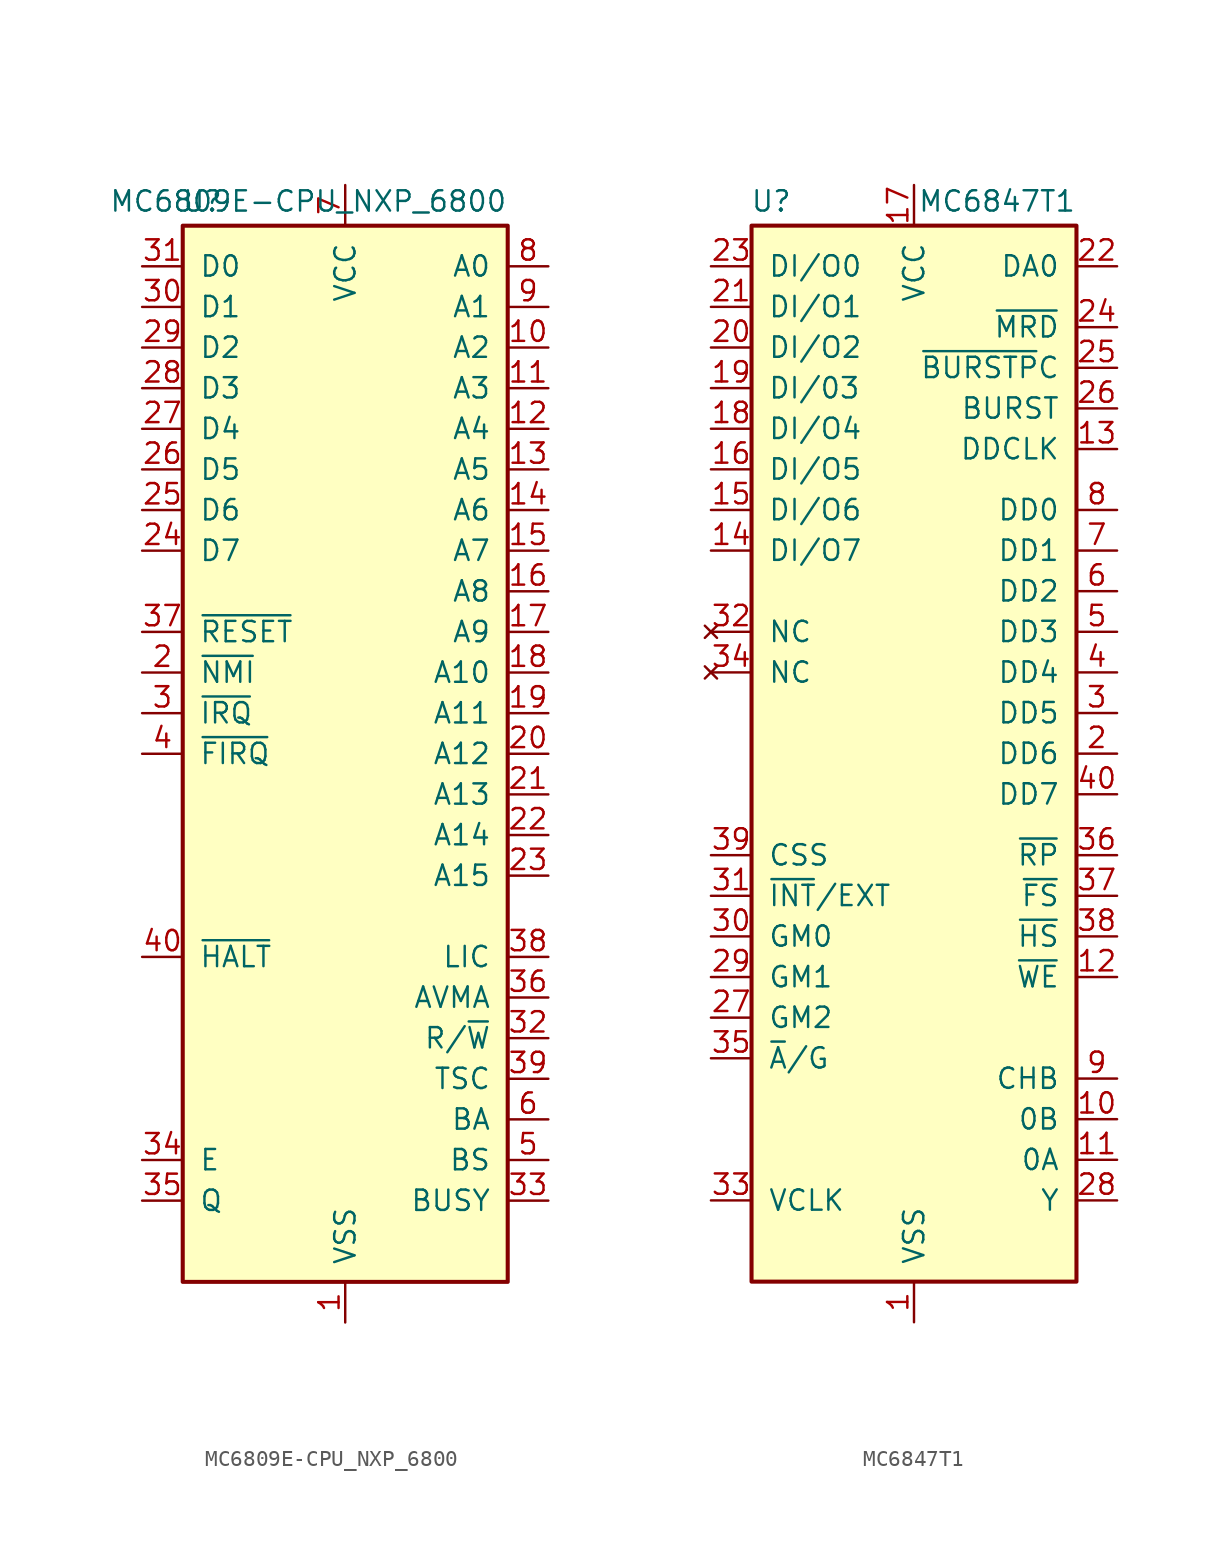
<source format=kicad_sym>
(kicad_symbol_lib
  (version 20211014)
  (generator kicad_symbol_editor)
  (symbol "MC6809E-CPU_NXP_6800"
    (pin_names
      (offset 1.016))
    (property "Reference" "U"
      (at -7.62 34.544 0)
      (effects (font (size 1.27 1.27)) (justify right)))
    (property "Value" "MC6809E-CPU_NXP_6800"
      (at 10.16 34.544 0)
      (effects (font (size 1.27 1.27)) (justify right)))
    (symbol "MC6809E-CPU_NXP_6800_0_1"
      (rectangle (start -10.16 -33.02) (end 10.16 33.02) (stroke (width 0.254) (type default) (color 0 0 0 0)) (fill (type background))))
    (symbol "MC6809E-CPU_NXP_6800_1_1"
      (pin power_in line (at 0 -35.56 90) (length 2.54) (name "VSS" (effects (font (size 1.27 1.27)))) (number "1" (effects (font (size 1.27 1.27)))))
      (pin output line (at 12.7 25.4 180) (length 2.54) (name "A2" (effects (font (size 1.27 1.27)))) (number "10" (effects (font (size 1.27 1.27)))))
      (pin output line (at 12.7 22.86 180) (length 2.54) (name "A3" (effects (font (size 1.27 1.27)))) (number "11" (effects (font (size 1.27 1.27)))))
      (pin output line (at 12.7 20.32 180) (length 2.54) (name "A4" (effects (font (size 1.27 1.27)))) (number "12" (effects (font (size 1.27 1.27)))))
      (pin output line (at 12.7 17.78 180) (length 2.54) (name "A5" (effects (font (size 1.27 1.27)))) (number "13" (effects (font (size 1.27 1.27)))))
      (pin output line (at 12.7 15.24 180) (length 2.54) (name "A6" (effects (font (size 1.27 1.27)))) (number "14" (effects (font (size 1.27 1.27)))))
      (pin output line (at 12.7 12.7 180) (length 2.54) (name "A7" (effects (font (size 1.27 1.27)))) (number "15" (effects (font (size 1.27 1.27)))))
      (pin output line (at 12.7 10.16 180) (length 2.54) (name "A8" (effects (font (size 1.27 1.27)))) (number "16" (effects (font (size 1.27 1.27)))))
      (pin output line (at 12.7 7.62 180) (length 2.54) (name "A9" (effects (font (size 1.27 1.27)))) (number "17" (effects (font (size 1.27 1.27)))))
      (pin output line (at 12.7 5.08 180) (length 2.54) (name "A10" (effects (font (size 1.27 1.27)))) (number "18" (effects (font (size 1.27 1.27)))))
      (pin output line (at 12.7 2.54 180) (length 2.54) (name "A11" (effects (font (size 1.27 1.27)))) (number "19" (effects (font (size 1.27 1.27)))))
      (pin input line (at -12.7 5.08 0) (length 2.54) (name "~{NMI}" (effects (font (size 1.27 1.27)))) (number "2" (effects (font (size 1.27 1.27)))))
      (pin output line (at 12.7 0 180) (length 2.54) (name "A12" (effects (font (size 1.27 1.27)))) (number "20" (effects (font (size 1.27 1.27)))))
      (pin output line (at 12.7 -2.54 180) (length 2.54) (name "A13" (effects (font (size 1.27 1.27)))) (number "21" (effects (font (size 1.27 1.27)))))
      (pin output line (at 12.7 -5.08 180) (length 2.54) (name "A14" (effects (font (size 1.27 1.27)))) (number "22" (effects (font (size 1.27 1.27)))))
      (pin output line (at 12.7 -7.62 180) (length 2.54) (name "A15" (effects (font (size 1.27 1.27)))) (number "23" (effects (font (size 1.27 1.27)))))
      (pin bidirectional line (at -12.7 12.7 0) (length 2.54) (name "D7" (effects (font (size 1.27 1.27)))) (number "24" (effects (font (size 1.27 1.27)))))
      (pin bidirectional line (at -12.7 15.24 0) (length 2.54) (name "D6" (effects (font (size 1.27 1.27)))) (number "25" (effects (font (size 1.27 1.27)))))
      (pin bidirectional line (at -12.7 17.78 0) (length 2.54) (name "D5" (effects (font (size 1.27 1.27)))) (number "26" (effects (font (size 1.27 1.27)))))
      (pin bidirectional line (at -12.7 20.32 0) (length 2.54) (name "D4" (effects (font (size 1.27 1.27)))) (number "27" (effects (font (size 1.27 1.27)))))
      (pin bidirectional line (at -12.7 22.86 0) (length 2.54) (name "D3" (effects (font (size 1.27 1.27)))) (number "28" (effects (font (size 1.27 1.27)))))
      (pin bidirectional line (at -12.7 25.4 0) (length 2.54) (name "D2" (effects (font (size 1.27 1.27)))) (number "29" (effects (font (size 1.27 1.27)))))
      (pin input line (at -12.7 2.54 0) (length 2.54) (name "~{IRQ}" (effects (font (size 1.27 1.27)))) (number "3" (effects (font (size 1.27 1.27)))))
      (pin bidirectional line (at -12.7 27.94 0) (length 2.54) (name "D1" (effects (font (size 1.27 1.27)))) (number "30" (effects (font (size 1.27 1.27)))))
      (pin bidirectional line (at -12.7 30.48 0) (length 2.54) (name "D0" (effects (font (size 1.27 1.27)))) (number "31" (effects (font (size 1.27 1.27)))))
      (pin output line (at 12.7 -17.78 180) (length 2.54) (name "R/~{W}" (effects (font (size 1.27 1.27)))) (number "32" (effects (font (size 1.27 1.27)))))
      (pin output line (at 12.7 -27.94 180) (length 2.54) (name "BUSY" (effects (font (size 1.27 1.27)))) (number "33" (effects (font (size 1.27 1.27)))))
      (pin input line (at -12.7 -25.4 0) (length 2.54) (name "E" (effects (font (size 1.27 1.27)))) (number "34" (effects (font (size 1.27 1.27)))))
      (pin input line (at -12.7 -27.94 0) (length 2.54) (name "Q" (effects (font (size 1.27 1.27)))) (number "35" (effects (font (size 1.27 1.27)))))
      (pin output line (at 12.7 -15.24 180) (length 2.54) (name "AVMA" (effects (font (size 1.27 1.27)))) (number "36" (effects (font (size 1.27 1.27)))))
      (pin input line (at -12.7 7.62 0) (length 2.54) (name "~{RESET}" (effects (font (size 1.27 1.27)))) (number "37" (effects (font (size 1.27 1.27)))))
      (pin input line (at 12.7 -12.7 180) (length 2.54) (name "LIC" (effects (font (size 1.27 1.27)))) (number "38" (effects (font (size 1.27 1.27)))))
      (pin input line (at 12.7 -20.32 180) (length 2.54) (name "TSC" (effects (font (size 1.27 1.27)))) (number "39" (effects (font (size 1.27 1.27)))))
      (pin input line (at -12.7 0 0) (length 2.54) (name "~{FIRQ}" (effects (font (size 1.27 1.27)))) (number "4" (effects (font (size 1.27 1.27)))))
      (pin input line (at -12.7 -12.7 0) (length 2.54) (name "~{HALT}" (effects (font (size 1.27 1.27)))) (number "40" (effects (font (size 1.27 1.27)))))
      (pin output line (at 12.7 -25.4 180) (length 2.54) (name "BS" (effects (font (size 1.27 1.27)))) (number "5" (effects (font (size 1.27 1.27)))))
      (pin output line (at 12.7 -22.86 180) (length 2.54) (name "BA" (effects (font (size 1.27 1.27)))) (number "6" (effects (font (size 1.27 1.27)))))
      (pin power_in line (at 0 35.56 270) (length 2.54) (name "VCC" (effects (font (size 1.27 1.27)))) (number "7" (effects (font (size 1.27 1.27)))))
      (pin output line (at 12.7 30.48 180) (length 2.54) (name "A0" (effects (font (size 1.27 1.27)))) (number "8" (effects (font (size 1.27 1.27)))))
      (pin output line (at 12.7 27.94 180) (length 2.54) (name "A1" (effects (font (size 1.27 1.27)))) (number "9" (effects (font (size 1.27 1.27)))))))
  (symbol "MC6847T1"
    (pin_names
      (offset 1.016))
    (property "Reference" "U"
      (at -7.62 34.544 0)
      (effects (font (size 1.27 1.27)) (justify right)))
    (property "Value" "MC6847T1"
      (at 10.16 34.544 0)
      (effects (font (size 1.27 1.27)) (justify right)))
    (symbol "MC6847T1_0_1"
      (rectangle (start -10.16 -33.02) (end 10.16 33.02) (stroke (width 0.254) (type default) (color 0 0 0 0)) (fill (type background))))
    (symbol "MC6847T1_1_1"
      (pin power_in line (at 0 -35.56 90) (length 2.54) (name "VSS" (effects (font (size 1.27 1.27)))) (number "1" (effects (font (size 1.27 1.27)))))
      (pin output line (at 12.7 -22.86 180) (length 2.54) (name "0B" (effects (font (size 1.27 1.27)))) (number "10" (effects (font (size 1.27 1.27)))))
      (pin output line (at 12.7 -25.4 180) (length 2.54) (name "0A" (effects (font (size 1.27 1.27)))) (number "11" (effects (font (size 1.27 1.27)))))
      (pin input line (at 12.7 -13.97 180) (length 2.54) (name "~{WE}" (effects (font (size 1.27 1.27)))) (number "12" (effects (font (size 1.27 1.27)))))
      (pin input line (at 12.7 19.05 180) (length 2.54) (name "DDCLK" (effects (font (size 1.27 1.27)))) (number "13" (effects (font (size 1.27 1.27)))))
      (pin bidirectional line (at -12.7 12.7 0) (length 2.54) (name "DI/O7" (effects (font (size 1.27 1.27)))) (number "14" (effects (font (size 1.27 1.27)))))
      (pin bidirectional line (at -12.7 15.24 0) (length 2.54) (name "DI/O6" (effects (font (size 1.27 1.27)))) (number "15" (effects (font (size 1.27 1.27)))))
      (pin bidirectional line (at -12.7 17.78 0) (length 2.54) (name "DI/O5" (effects (font (size 1.27 1.27)))) (number "16" (effects (font (size 1.27 1.27)))))
      (pin power_in line (at 0 35.56 270) (length 2.54) (name "VCC" (effects (font (size 1.27 1.27)))) (number "17" (effects (font (size 1.27 1.27)))))
      (pin bidirectional line (at -12.7 20.32 0) (length 2.54) (name "DI/O4" (effects (font (size 1.27 1.27)))) (number "18" (effects (font (size 1.27 1.27)))))
      (pin bidirectional line (at -12.7 22.86 0) (length 2.54) (name "DI/03" (effects (font (size 1.27 1.27)))) (number "19" (effects (font (size 1.27 1.27)))))
      (pin bidirectional line (at 12.7 0 180) (length 2.54) (name "DD6" (effects (font (size 1.27 1.27)))) (number "2" (effects (font (size 1.27 1.27)))))
      (pin bidirectional line (at -12.7 25.4 0) (length 2.54) (name "DI/O2" (effects (font (size 1.27 1.27)))) (number "20" (effects (font (size 1.27 1.27)))))
      (pin bidirectional line (at -12.7 27.94 0) (length 2.54) (name "DI/O1" (effects (font (size 1.27 1.27)))) (number "21" (effects (font (size 1.27 1.27)))))
      (pin output line (at 12.7 30.48 180) (length 2.54) (name "DA0" (effects (font (size 1.27 1.27)))) (number "22" (effects (font (size 1.27 1.27)))))
      (pin bidirectional line (at -12.7 30.48 0) (length 2.54) (name "DI/O0" (effects (font (size 1.27 1.27)))) (number "23" (effects (font (size 1.27 1.27)))))
      (pin input line (at 12.7 26.67 180) (length 2.54) (name "~{MRD}" (effects (font (size 1.27 1.27)))) (number "24" (effects (font (size 1.27 1.27)))))
      (pin output line (at 12.7 24.13 180) (length 2.54) (name "~{BURSTP}C" (effects (font (size 1.27 1.27)))) (number "25" (effects (font (size 1.27 1.27)))))
      (pin output line (at 12.7 21.59 180) (length 2.54) (name "BURST" (effects (font (size 1.27 1.27)))) (number "26" (effects (font (size 1.27 1.27)))))
      (pin input line (at -12.7 -16.51 0) (length 2.54) (name "GM2" (effects (font (size 1.27 1.27)))) (number "27" (effects (font (size 1.27 1.27)))))
      (pin output line (at 12.7 -27.94 180) (length 2.54) (name "Y" (effects (font (size 1.27 1.27)))) (number "28" (effects (font (size 1.27 1.27)))))
      (pin input line (at -12.7 -13.97 0) (length 2.54) (name "GM1" (effects (font (size 1.27 1.27)))) (number "29" (effects (font (size 1.27 1.27)))))
      (pin bidirectional line (at 12.7 2.54 180) (length 2.54) (name "DD5" (effects (font (size 1.27 1.27)))) (number "3" (effects (font (size 1.27 1.27)))))
      (pin input line (at -12.7 -11.43 0) (length 2.54) (name "GM0" (effects (font (size 1.27 1.27)))) (number "30" (effects (font (size 1.27 1.27)))))
      (pin input line (at -12.7 -8.89 0) (length 2.54) (name "~{INT}/EXT" (effects (font (size 1.27 1.27)))) (number "31" (effects (font (size 1.27 1.27)))))
      (pin no_connect line (at -12.7 7.62 0) (length 2.54) (name "NC" (effects (font (size 1.27 1.27)))) (number "32" (effects (font (size 1.27 1.27)))))
      (pin input line (at -12.7 -27.94 0) (length 2.54) (name "VCLK" (effects (font (size 1.27 1.27)))) (number "33" (effects (font (size 1.27 1.27)))))
      (pin no_connect line (at -12.7 5.08 0) (length 2.54) (name "NC" (effects (font (size 1.27 1.27)))) (number "34" (effects (font (size 1.27 1.27)))))
      (pin input line (at -12.7 -19.05 0) (length 2.54) (name "~{A}/G" (effects (font (size 1.27 1.27)))) (number "35" (effects (font (size 1.27 1.27)))))
      (pin output line (at 12.7 -6.35 180) (length 2.54) (name "~{RP}" (effects (font (size 1.27 1.27)))) (number "36" (effects (font (size 1.27 1.27)))))
      (pin output line (at 12.7 -8.89 180) (length 2.54) (name "~{FS}" (effects (font (size 1.27 1.27)))) (number "37" (effects (font (size 1.27 1.27)))))
      (pin output line (at 12.7 -11.43 180) (length 2.54) (name "~{HS}" (effects (font (size 1.27 1.27)))) (number "38" (effects (font (size 1.27 1.27)))))
      (pin input line (at -12.7 -6.35 0) (length 2.54) (name "CSS" (effects (font (size 1.27 1.27)))) (number "39" (effects (font (size 1.27 1.27)))))
      (pin bidirectional line (at 12.7 5.08 180) (length 2.54) (name "DD4" (effects (font (size 1.27 1.27)))) (number "4" (effects (font (size 1.27 1.27)))))
      (pin bidirectional line (at 12.7 -2.54 180) (length 2.54) (name "DD7" (effects (font (size 1.27 1.27)))) (number "40" (effects (font (size 1.27 1.27)))))
      (pin bidirectional line (at 12.7 7.62 180) (length 2.54) (name "DD3" (effects (font (size 1.27 1.27)))) (number "5" (effects (font (size 1.27 1.27)))))
      (pin bidirectional line (at 12.7 10.16 180) (length 2.54) (name "DD2" (effects (font (size 1.27 1.27)))) (number "6" (effects (font (size 1.27 1.27)))))
      (pin bidirectional line (at 12.7 12.7 180) (length 2.54) (name "DD1" (effects (font (size 1.27 1.27)))) (number "7" (effects (font (size 1.27 1.27)))))
      (pin bidirectional line (at 12.7 15.24 180) (length 2.54) (name "DD0" (effects (font (size 1.27 1.27)))) (number "8" (effects (font (size 1.27 1.27)))))
      (pin output line (at 12.7 -20.32 180) (length 2.54) (name "CHB" (effects (font (size 1.27 1.27)))) (number "9" (effects (font (size 1.27 1.27))))))))
</source>
